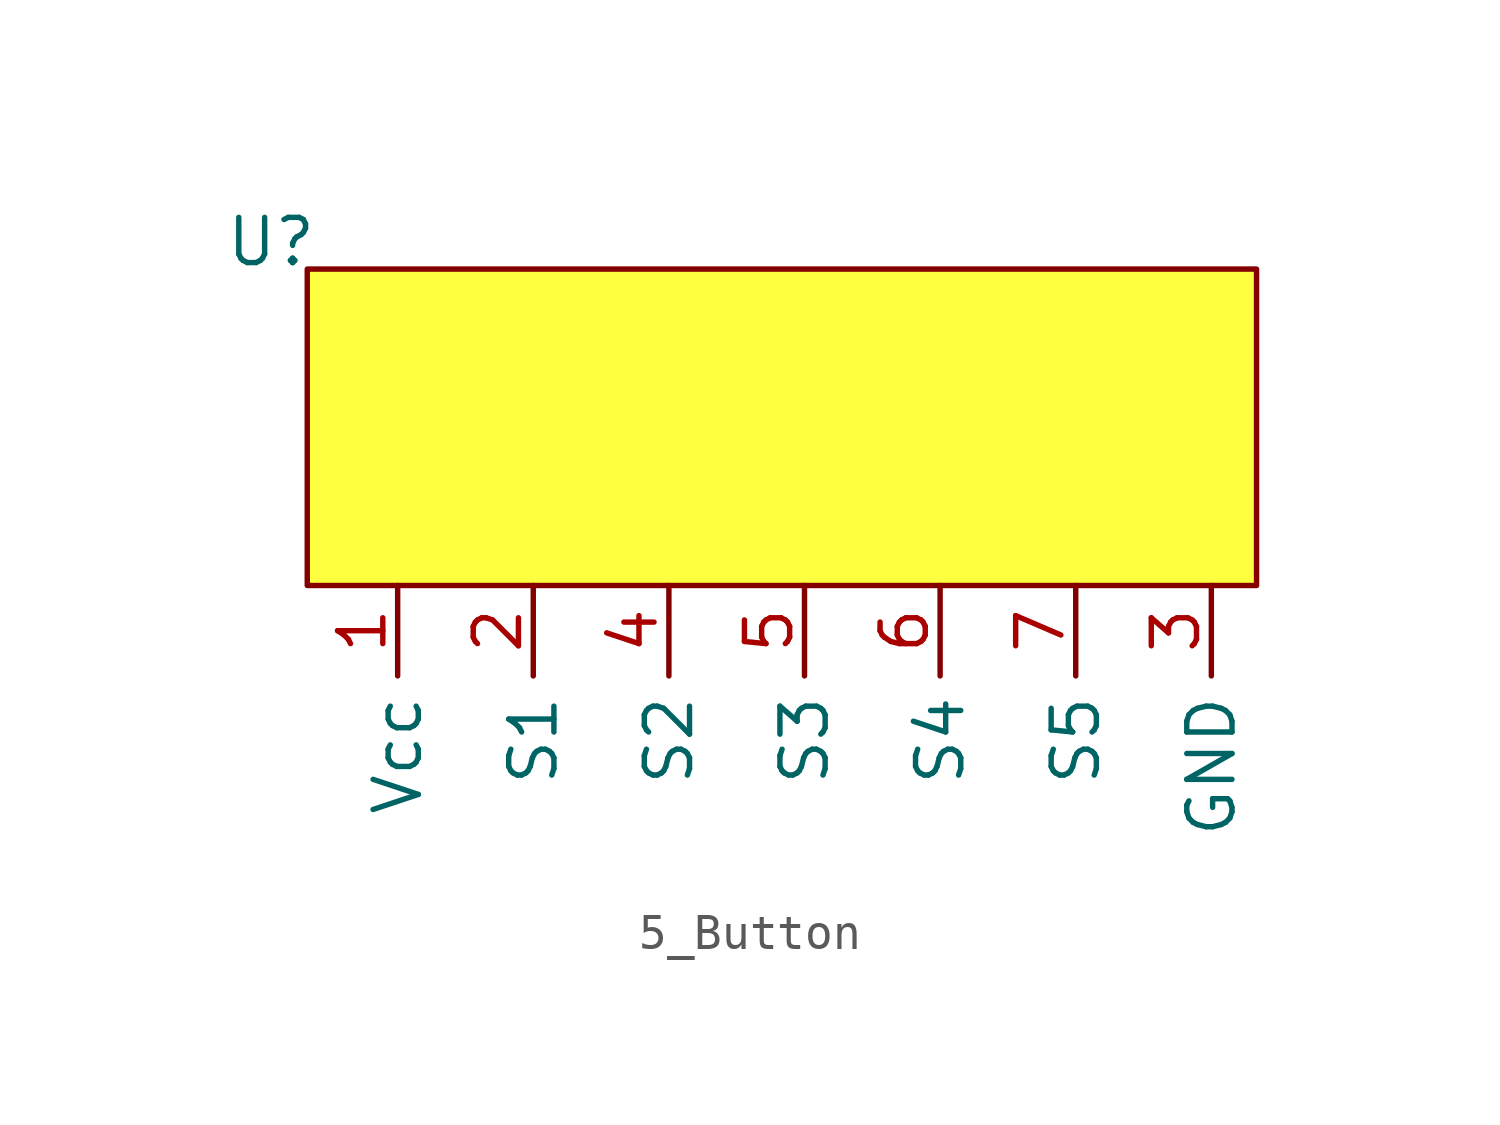
<source format=kicad_sym>
(kicad_symbol_lib
  (version 20241209)
  (generator "kicad_symbol_editor")
  (generator_version "9.0")
  (symbol "5_Button"
    (property "Reference" "U"
      (at -1.016 0.762 0)
      (effects (font (size 1.27 1.27))))
    (property "Value" ""
      (at 0 0 0)
      (effects (font (size 1.27 1.27))))
    (symbol "5_Button_1_1"
      (rectangle (start 0 0) (end 26.67 -8.89) (stroke (width 0) (type solid)) (fill (type color) (color 254 255 63 1)))
      (pin power_in line (at 2.54 -8.89 270) (length 2.54) (name "Vcc" (effects (font (size 1.27 1.27)))) (number "1" (effects (font (size 1.27 1.27)))))
      (pin output line (at 6.35 -8.89 270) (length 2.54) (name "S1" (effects (font (size 1.27 1.27)))) (number "2" (effects (font (size 1.27 1.27)))))
      (pin output line (at 10.16 -8.89 270) (length 2.54) (name "S2" (effects (font (size 1.27 1.27)))) (number "4" (effects (font (size 1.27 1.27)))))
      (pin output line (at 13.97 -8.89 270) (length 2.54) (name "S3" (effects (font (size 1.27 1.27)))) (number "5" (effects (font (size 1.27 1.27)))))
      (pin output line (at 17.78 -8.89 270) (length 2.54) (name "S4" (effects (font (size 1.27 1.27)))) (number "6" (effects (font (size 1.27 1.27)))))
      (pin output line (at 21.59 -8.89 270) (length 2.54) (name "S5" (effects (font (size 1.27 1.27)))) (number "7" (effects (font (size 1.27 1.27)))))
      (pin power_in line (at 25.4 -8.89 270) (length 2.54) (name "GND" (effects (font (size 1.27 1.27)))) (number "3" (effects (font (size 1.27 1.27))))))))
</source>
